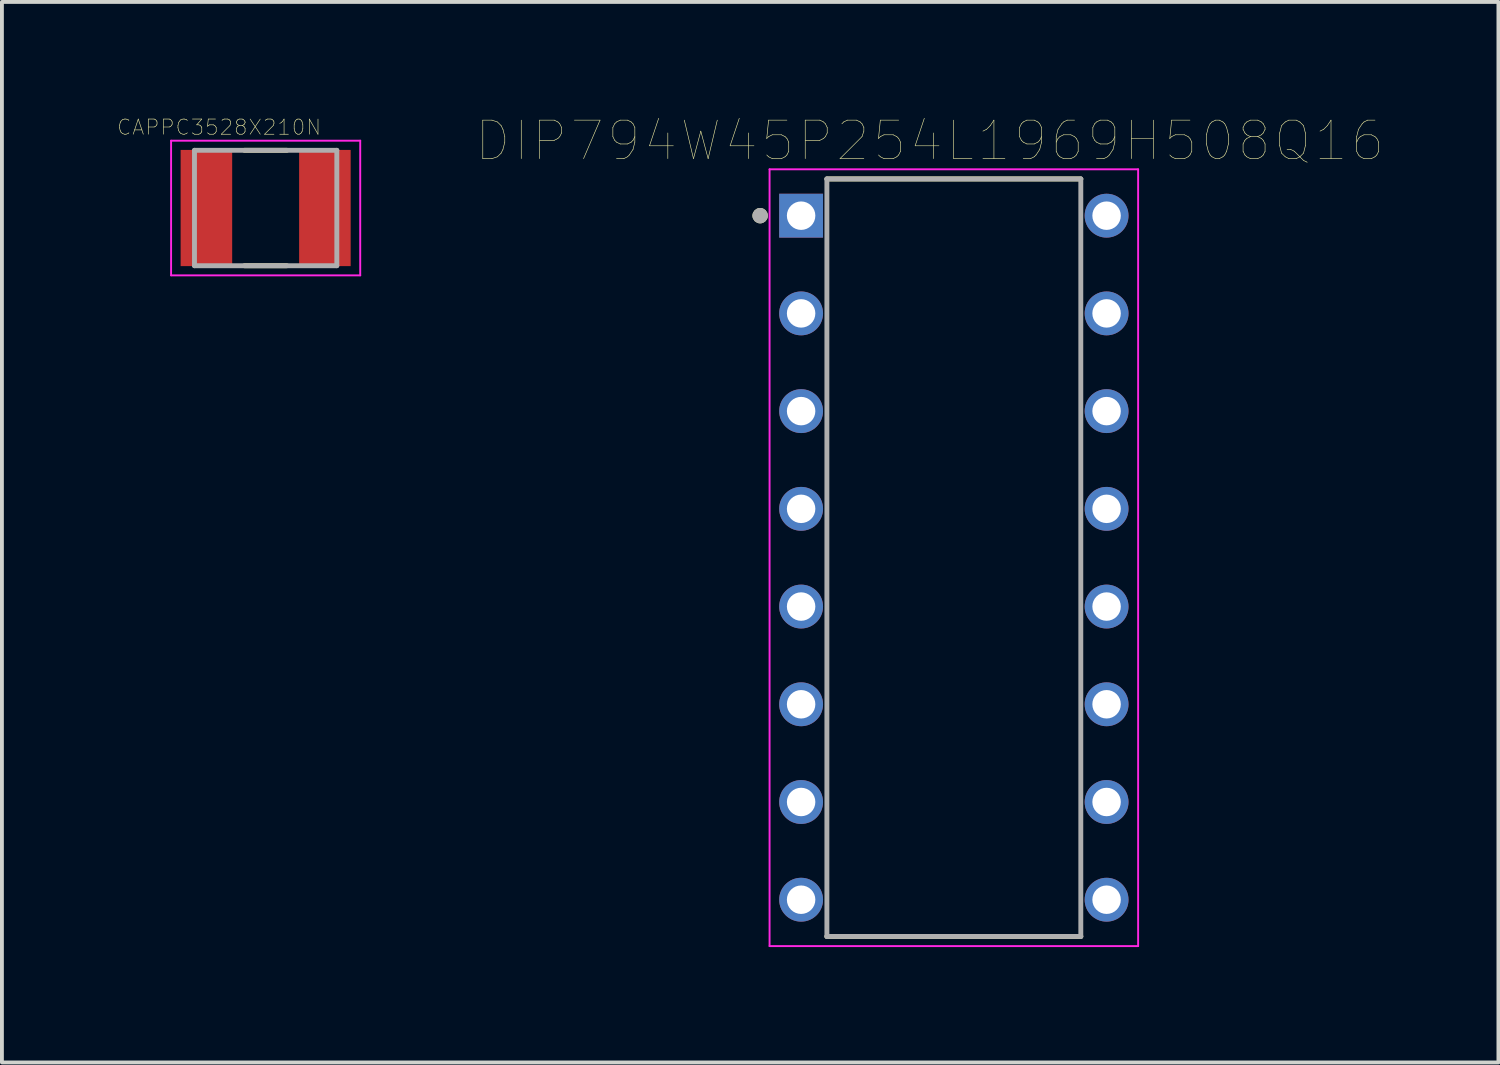
<source format=kicad_pcb>
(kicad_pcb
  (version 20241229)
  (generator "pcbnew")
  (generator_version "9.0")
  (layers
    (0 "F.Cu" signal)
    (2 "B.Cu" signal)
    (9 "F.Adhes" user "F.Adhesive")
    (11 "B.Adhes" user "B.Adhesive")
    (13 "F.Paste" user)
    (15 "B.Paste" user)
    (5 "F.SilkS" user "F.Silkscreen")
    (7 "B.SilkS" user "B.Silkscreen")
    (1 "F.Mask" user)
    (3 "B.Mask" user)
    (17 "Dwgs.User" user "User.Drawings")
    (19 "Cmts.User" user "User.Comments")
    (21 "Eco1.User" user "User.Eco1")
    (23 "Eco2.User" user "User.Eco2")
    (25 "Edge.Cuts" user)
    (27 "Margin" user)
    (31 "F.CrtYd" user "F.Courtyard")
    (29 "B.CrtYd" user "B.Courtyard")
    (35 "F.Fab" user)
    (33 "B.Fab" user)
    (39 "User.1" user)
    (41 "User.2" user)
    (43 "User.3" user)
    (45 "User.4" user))
  (footprint "CAPPC3528X210N"
    (layer "F.Cu")
    (at 3.855 2.357)
    (property "Reference" "CAPPC3528X210N" (at -1.21 -2.1 0) (layer "F.SilkS") (effects (font (size 0.394 0.394) (thickness 0.015))))
    (attr through_hole)
    (fp_line (start -0.55 -1.5) (end 0.55 -1.5) (stroke (width 0.127) (type solid)) (layer "F.SilkS"))
    (fp_line (start -0.55 1.5) (end 0.55 1.5) (stroke (width 0.127) (type solid)) (layer "F.SilkS"))
    (fp_line (start -2.458 -1.75) (end 2.458 -1.75) (stroke (width 0.05) (type solid)) (layer "F.CrtYd"))
    (fp_line (start -2.458 1.75) (end -2.458 -1.75) (stroke (width 0.05) (type solid)) (layer "F.CrtYd"))
    (fp_line (start -2.458 1.75) (end 2.458 1.75) (stroke (width 0.05) (type solid)) (layer "F.CrtYd"))
    (fp_line (start 2.458 1.75) (end 2.458 -1.75) (stroke (width 0.05) (type solid)) (layer "F.CrtYd"))
    (fp_line (start -1.85 1.5) (end -1.85 -1.5) (stroke (width 0.127) (type solid)) (layer "F.Fab"))
    (fp_line (start 1.85 -1.5) (end -1.85 -1.5) (stroke (width 0.127) (type solid)) (layer "F.Fab"))
    (fp_line (start 1.85 1.5) (end -1.85 1.5) (stroke (width 0.127) (type solid)) (layer "F.Fab"))
    (fp_line (start 1.85 1.5) (end 1.85 -1.5) (stroke (width 0.127) (type solid)) (layer "F.Fab"))
    (pad "1" smd rect (at -1.54 0) (size 1.34 3.02) (layers "F.Cu" "F.Mask" "F.Paste"))
    (pad "2" smd rect (at 1.54 0) (size 1.34 3.02) (layers "F.Cu" "F.Mask" "F.Paste")))
  (footprint "DIP794W45P254L1969H508Q16"
    (layer "F.Cu")
    (at 21.743 11.446)
    (property "Reference" "DIP794W45P254L1969H508Q16" (at -0.625 -10.835 0) (layer "F.SilkS") (effects (font (size 1 1) (thickness 0.015))))
    (attr through_hole)
    (fp_line (start -3.3 -9.845) (end 3.3 -9.845) (stroke (width 0.127) (type solid)) (layer "F.SilkS"))
    (fp_line (start -3.3 9.845) (end 3.3 9.845) (stroke (width 0.127) (type solid)) (layer "F.SilkS"))
    (fp_circle (center -5.035 -8.89) (end -4.935 -8.89) (stroke (width 0.2) (type solid)) (fill no) (layer "F.SilkS"))
    (fp_line (start -4.79 -10.095) (end -4.79 10.095) (stroke (width 0.05) (type solid)) (layer "F.CrtYd"))
    (fp_line (start 4.79 -10.095) (end -4.79 -10.095) (stroke (width 0.05) (type solid)) (layer "F.CrtYd"))
    (fp_line (start 4.79 -10.095) (end 4.79 10.095) (stroke (width 0.05) (type solid)) (layer "F.CrtYd"))
    (fp_line (start 4.79 10.095) (end -4.79 10.095) (stroke (width 0.05) (type solid)) (layer "F.CrtYd"))
    (fp_line (start -3.3 -9.845) (end -3.3 9.845) (stroke (width 0.127) (type solid)) (layer "F.Fab"))
    (fp_line (start -3.3 -9.845) (end 3.3 -9.845) (stroke (width 0.127) (type solid)) (layer "F.Fab"))
    (fp_line (start -3.3 9.845) (end 3.3 9.845) (stroke (width 0.127) (type solid)) (layer "F.Fab"))
    (fp_line (start 3.3 -9.845) (end 3.3 9.845) (stroke (width 0.127) (type solid)) (layer "F.Fab"))
    (fp_circle (center -5.035 -8.89) (end -4.935 -8.89) (stroke (width 0.2) (type solid)) (fill no) (layer "F.Fab"))
    (pad "1" thru_hole rect (at -3.97 -8.89) (size 1.14 1.14) (drill 0.74) (layers "*.Cu" "*.Mask"))
    (pad "2" thru_hole circle (at -3.97 -6.35) (size 1.14 1.14) (drill 0.74) (layers "*.Cu" "*.Mask"))
    (pad "3" thru_hole circle (at -3.97 -3.81) (size 1.14 1.14) (drill 0.74) (layers "*.Cu" "*.Mask"))
    (pad "4" thru_hole circle (at -3.97 -1.27) (size 1.14 1.14) (drill 0.74) (layers "*.Cu" "*.Mask"))
    (pad "5" thru_hole circle (at -3.97 1.27) (size 1.14 1.14) (drill 0.74) (layers "*.Cu" "*.Mask"))
    (pad "6" thru_hole circle (at -3.97 3.81) (size 1.14 1.14) (drill 0.74) (layers "*.Cu" "*.Mask"))
    (pad "7" thru_hole circle (at -3.97 6.35) (size 1.14 1.14) (drill 0.74) (layers "*.Cu" "*.Mask"))
    (pad "8" thru_hole circle (at -3.97 8.89) (size 1.14 1.14) (drill 0.74) (layers "*.Cu" "*.Mask"))
    (pad "9" thru_hole circle (at 3.97 8.89) (size 1.14 1.14) (drill 0.74) (layers "*.Cu" "*.Mask"))
    (pad "10" thru_hole circle (at 3.97 6.35) (size 1.14 1.14) (drill 0.74) (layers "*.Cu" "*.Mask"))
    (pad "11" thru_hole circle (at 3.97 3.81) (size 1.14 1.14) (drill 0.74) (layers "*.Cu" "*.Mask"))
    (pad "12" thru_hole circle (at 3.97 1.27) (size 1.14 1.14) (drill 0.74) (layers "*.Cu" "*.Mask"))
    (pad "13" thru_hole circle (at 3.97 -1.27) (size 1.14 1.14) (drill 0.74) (layers "*.Cu" "*.Mask"))
    (pad "14" thru_hole circle (at 3.97 -3.81) (size 1.14 1.14) (drill 0.74) (layers "*.Cu" "*.Mask"))
    (pad "15" thru_hole circle (at 3.97 -6.35) (size 1.14 1.14) (drill 0.74) (layers "*.Cu" "*.Mask"))
    (pad "16" thru_hole circle (at 3.97 -8.89) (size 1.14 1.14) (drill 0.74) (layers "*.Cu" "*.Mask")))
  (gr_rect
    (start -3 -3)
    (end 35.898 24.566)
    (stroke (width 0.1) (type default))
    (fill no)
    (layer "Edge.Cuts")))
</source>
